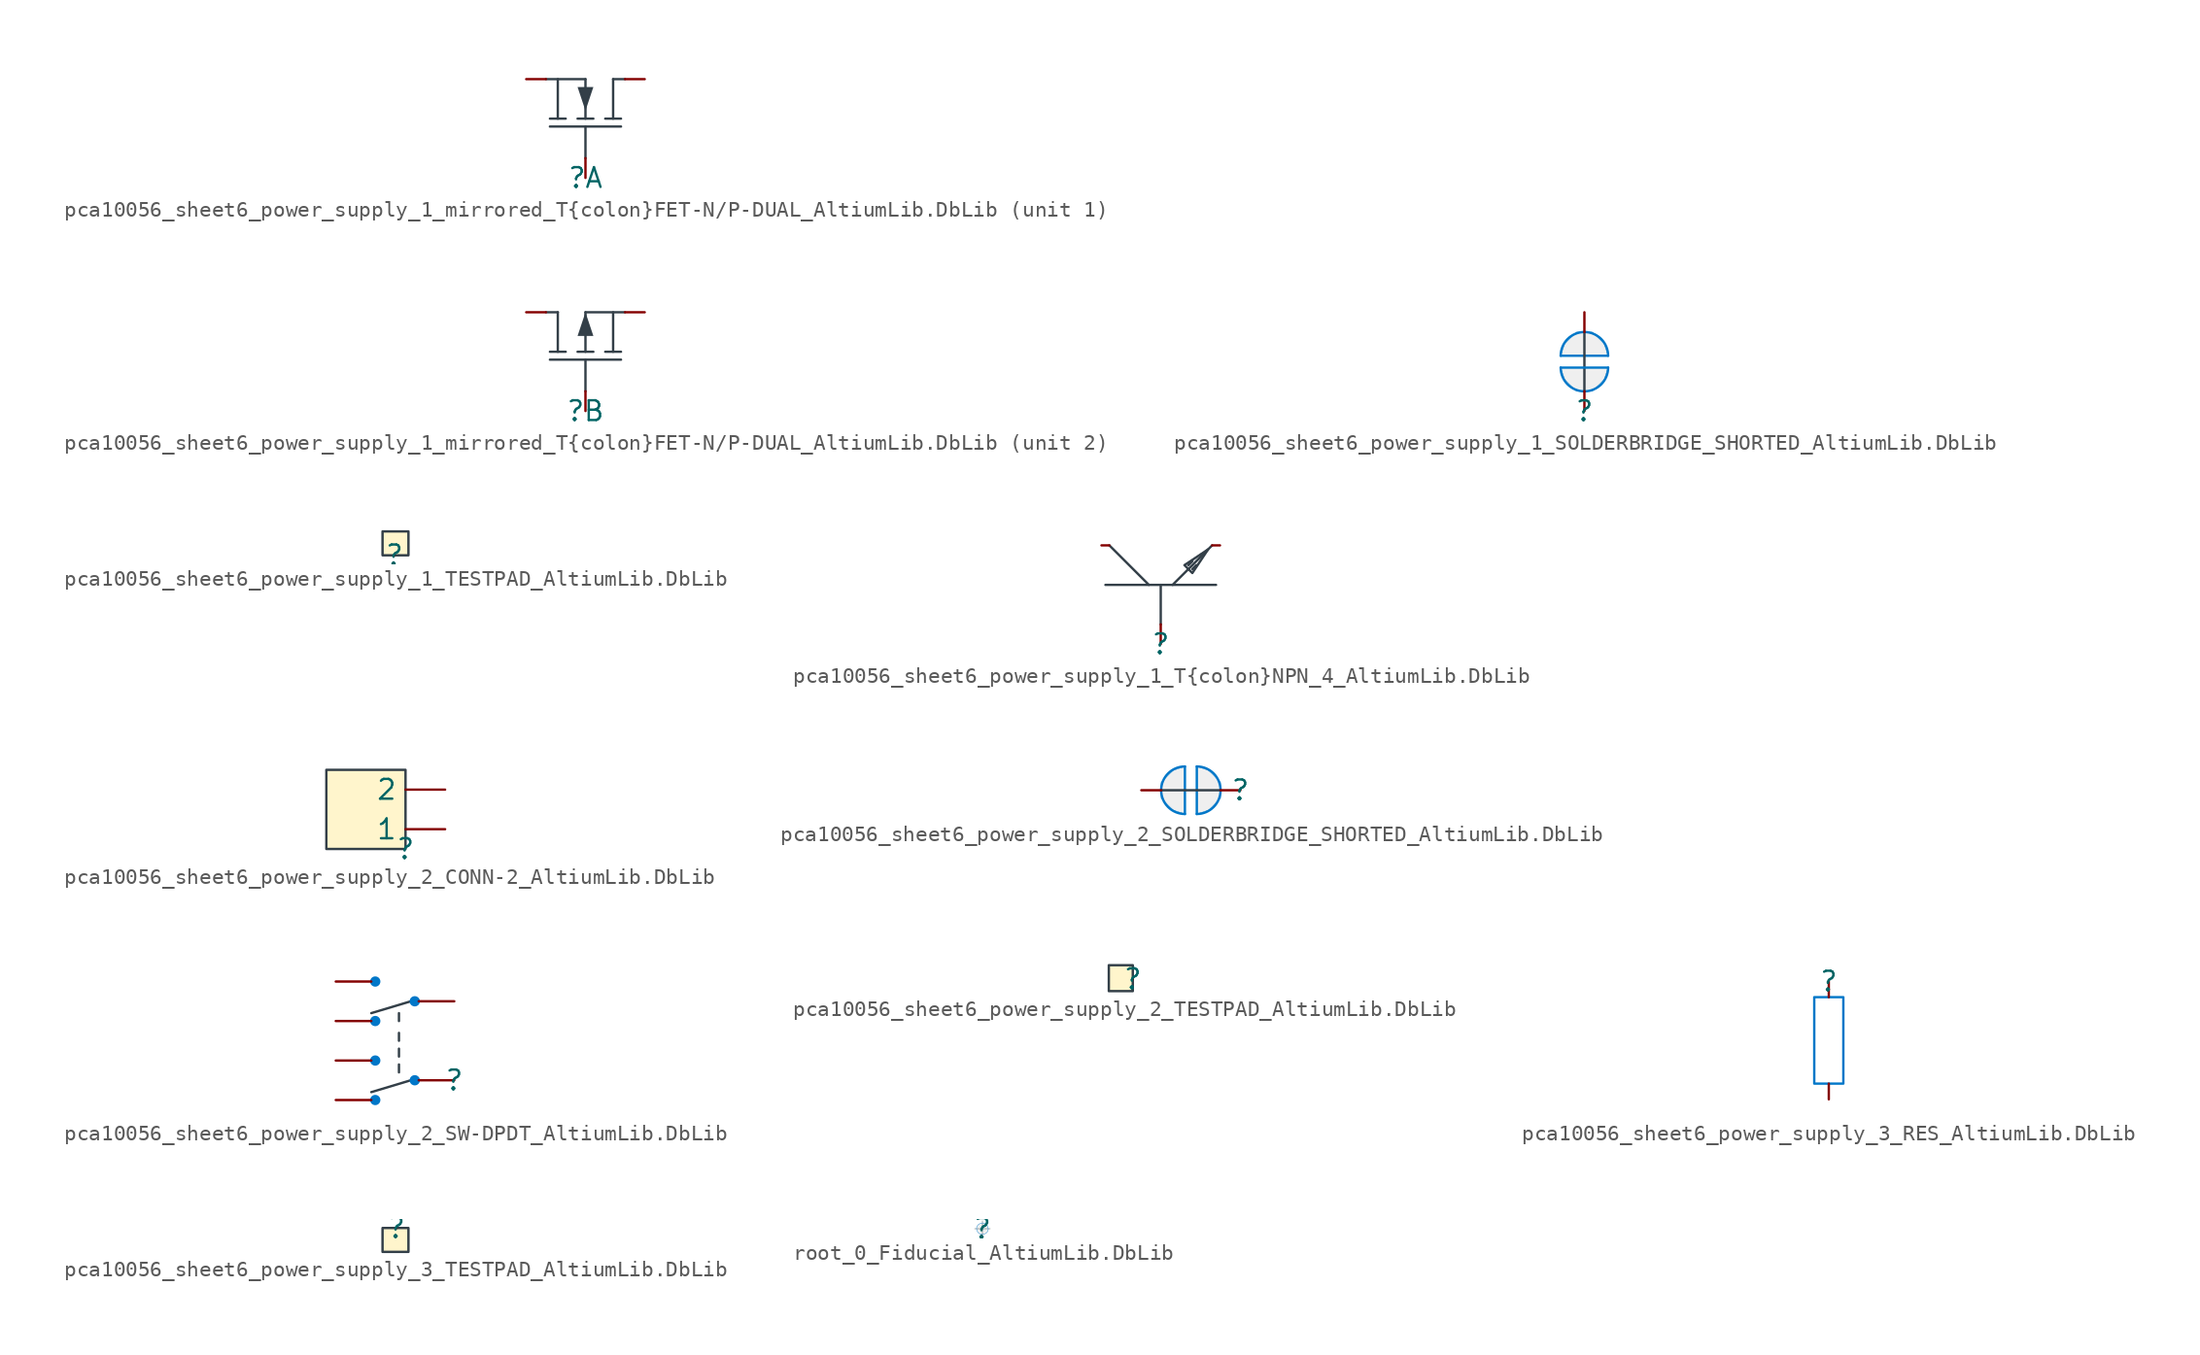
<source format=kicad_sym>
(kicad_symbol_lib
  (version 20241209)
  (generator "kicad_symbol_editor")
  (generator_version "9.0")
  (symbol "pca10056_sheet6_power_supply_1_mirrored_T{colon}FET-N/P-DUAL_AltiumLib.DbLib"
    (pin_numbers
      (hide yes))
    (pin_names
      (hide yes))
    (property "Reference" ""
      (at 0 0 0)
      (effects (font (size 1.27 1.27))))
    (property "Value" ""
      (at 0 0 0)
      (effects (font (size 1.27 1.27))))
    (symbol "pca10056_sheet6_power_supply_1_mirrored_T{colon}FET-N/P-DUAL_AltiumLib.DbLib_1_0"
      (polyline (pts (xy -2.286 3.81) (xy -1.27 3.81)) (stroke (width 0) (type solid) (color 51 63 72 1)) (fill (type none)))
      (polyline (pts (xy -1.778 6.35) (xy -1.778 3.81)) (stroke (width 0) (type solid) (color 51 63 72 1)) (fill (type none)))
      (polyline (pts (xy -0.508 3.81) (xy 0.508 3.81)) (stroke (width 0) (type solid) (color 51 63 72 1)) (fill (type none)))
      (polyline (pts (xy 0 6.35) (xy -2.54 6.35)) (stroke (width 0) (type solid) (color 51 63 72 1)) (fill (type none)))
      (polyline (pts (xy 0 6.35) (xy 0 3.81)) (stroke (width 0) (type solid) (color 51 63 72 1)) (fill (type none)))
      (polyline (pts (xy 0 4.318) (xy -0.508 5.842) (xy 0.508 5.842) (xy 0 4.318)) (stroke (width -0.0001) (type solid) (color 51 63 72 1)) (fill (type outline)))
      (polyline (pts (xy 0 1.27) (xy 0 3.302)) (stroke (width 0) (type solid) (color 51 63 72 1)) (fill (type none)))
      (polyline (pts (xy 1.27 3.81) (xy 2.286 3.81)) (stroke (width 0) (type solid) (color 51 63 72 1)) (fill (type none)))
      (polyline (pts (xy 1.778 6.35) (xy 1.778 3.81)) (stroke (width 0) (type solid) (color 51 63 72 1)) (fill (type none)))
      (polyline (pts (xy 1.778 6.35) (xy 2.54 6.35)) (stroke (width 0) (type solid) (color 51 63 72 1)) (fill (type none)))
      (polyline (pts (xy 2.286 3.302) (xy -2.286 3.302)) (stroke (width 0) (type solid) (color 51 63 72 1)) (fill (type none)))
      (pin passive line (at -3.81 6.35 0) (length 1.27) (name "S1" (effects (font (size 1.27 1.27)))) (number "1" (effects (font (size 1.27 1.27)))))
      (pin passive line (at 0 0 90) (length 1.27) (name "G1" (effects (font (size 1.27 1.27)))) (number "2" (effects (font (size 1.27 1.27)))))
      (pin passive line (at 3.81 6.35 180) (length 1.27) (name "D1" (effects (font (size 1.27 1.27)))) (number "6" (effects (font (size 1.27 1.27))))))
    (symbol "pca10056_sheet6_power_supply_1_mirrored_T{colon}FET-N/P-DUAL_AltiumLib.DbLib_2_0"
      (polyline (pts (xy -2.286 3.81) (xy -1.27 3.81)) (stroke (width 0) (type solid) (color 51 63 72 1)) (fill (type none)))
      (polyline (pts (xy -1.778 6.35) (xy -2.54 6.35)) (stroke (width 0) (type solid) (color 51 63 72 1)) (fill (type none)))
      (polyline (pts (xy -1.778 6.35) (xy -1.778 3.81)) (stroke (width 0) (type solid) (color 51 63 72 1)) (fill (type none)))
      (polyline (pts (xy -0.508 3.81) (xy 0.508 3.81)) (stroke (width 0) (type solid) (color 51 63 72 1)) (fill (type none)))
      (polyline (pts (xy 0 6.35) (xy 0 3.81)) (stroke (width 0) (type solid) (color 51 63 72 1)) (fill (type none)))
      (polyline (pts (xy 0 6.35) (xy 0.508 4.826) (xy -0.508 4.826) (xy 0 6.35)) (stroke (width -0.0001) (type solid) (color 51 63 72 1)) (fill (type outline)))
      (polyline (pts (xy 0 1.27) (xy 0 3.302)) (stroke (width 0) (type solid) (color 51 63 72 1)) (fill (type none)))
      (polyline (pts (xy 1.27 3.81) (xy 2.286 3.81)) (stroke (width 0) (type solid) (color 51 63 72 1)) (fill (type none)))
      (polyline (pts (xy 1.778 6.35) (xy 1.778 3.81)) (stroke (width 0) (type solid) (color 51 63 72 1)) (fill (type none)))
      (polyline (pts (xy 2.286 3.302) (xy -2.286 3.302)) (stroke (width 0) (type solid) (color 51 63 72 1)) (fill (type none)))
      (polyline (pts (xy 2.54 6.35) (xy 0 6.35)) (stroke (width 0) (type solid) (color 51 63 72 1)) (fill (type none)))
      (pin passive line (at -3.81 6.35 0) (length 1.27) (name "D2" (effects (font (size 1.27 1.27)))) (number "3" (effects (font (size 1.27 1.27)))))
      (pin passive line (at 0 0 90) (length 1.27) (name "G2" (effects (font (size 1.27 1.27)))) (number "5" (effects (font (size 1.27 1.27)))))
      (pin passive line (at 3.81 6.35 180) (length 1.27) (name "S2" (effects (font (size 1.27 1.27)))) (number "4" (effects (font (size 1.27 1.27)))))))
  (symbol "pca10056_sheet6_power_supply_1_SOLDERBRIDGE_SHORTED_AltiumLib.DbLib"
    (pin_numbers
      (hide yes))
    (pin_names
      (hide yes))
    (property "Reference" ""
      (at 0 0 0)
      (effects (font (size 1.27 1.27))))
    (property "Value" ""
      (at 0 0 0)
      (effects (font (size 1.27 1.27))))
    (symbol "pca10056_sheet6_power_supply_1_SOLDERBRIDGE_SHORTED_AltiumLib.DbLib_1_0"
      (polyline (pts (xy -1.524 3.556) (xy 1.524 3.556)) (stroke (width 0) (type solid) (color 0 119 200 1)) (fill (type none)))
      (polyline (pts (xy -1.524 3.556) (xy -1.27 4.318) (xy -0.508 5.08) (xy 0.508 5.08) (xy 1.27 4.318) (xy 1.524 3.556) (xy -1.524 3.556)) (stroke (width 0.025) (type solid) (color 0 119 200 1)) (fill (type color) (color 239 239 239 1)))
      (arc (start -1.524 3.556) (mid 0 5.08) (end 1.524 3.556) (stroke (width 0) (type solid) (color 0 119 200 1)) (fill (type none)))
      (arc (start 1.524 2.794) (mid 0 1.27) (end -1.524 2.794) (stroke (width 0) (type solid) (color 0 119 200 1)) (fill (type none)))
      (polyline (pts (xy 0 1.27) (xy 0 5.08)) (stroke (width 0) (type solid) (color 51 63 72 1)) (fill (type none)))
      (polyline (pts (xy 1.524 2.794) (xy -1.524 2.794)) (stroke (width 0) (type solid) (color 0 119 200 1)) (fill (type none)))
      (polyline (pts (xy 1.524 2.794) (xy 1.27 2.032) (xy 0.508 1.27) (xy -0.508 1.27) (xy -1.27 2.032) (xy -1.524 2.794) (xy 1.524 2.794)) (stroke (width 0.025) (type solid) (color 0 119 200 1)) (fill (type color) (color 239 239 239 1)))
      (pin passive line (at 0 6.35 270) (length 1.27) (name "0" (effects (font (size 1.27 1.27)))) (number "1" (effects (font (size 1.27 1.27)))))
      (pin passive line (at 0 0 90) (length 1.27) (name "1" (effects (font (size 1.27 1.27)))) (number "2" (effects (font (size 1.27 1.27)))))))
  (symbol "pca10056_sheet6_power_supply_1_TESTPAD_AltiumLib.DbLib"
    (pin_numbers
      (hide yes))
    (pin_names
      (hide yes))
    (property "Reference" ""
      (at 0 0 0)
      (effects (font (size 1.27 1.27))))
    (property "Value" ""
      (at 0 0 0)
      (effects (font (size 1.27 1.27))))
    (symbol "pca10056_sheet6_power_supply_1_TESTPAD_AltiumLib.DbLib_1_0"
      (rectangle (start 0.889 1.524) (end -0.762 0) (stroke (width 0) (type solid) (color 51 63 72 1)) (fill (type color) (color 255 245 204 1)))
      (pin passive line (at 0 0 90) (length 0) (name "1" (effects (font (size 1.27 1.27)))) (number "1" (effects (font (size 1.27 1.27)))))))
  (symbol "pca10056_sheet6_power_supply_1_T{colon}NPN_4_AltiumLib.DbLib"
    (pin_numbers
      (hide yes))
    (pin_names
      (hide yes))
    (property "Reference" ""
      (at 0 0 0)
      (effects (font (size 1.27 1.27))))
    (property "Value" ""
      (at 0 0 0)
      (effects (font (size 1.27 1.27))))
    (symbol "pca10056_sheet6_power_supply_1_T{colon}NPN_4_AltiumLib.DbLib_1_0"
      (polyline (pts (xy -3.556 3.81) (xy 3.556 3.81)) (stroke (width 0) (type solid) (color 51 63 72 1)) (fill (type none)))
      (polyline (pts (xy -0.762 3.81) (xy -3.302 6.35)) (stroke (width 0) (type solid) (color 51 63 72 1)) (fill (type none)))
      (polyline (pts (xy 0 1.27) (xy 0 3.81)) (stroke (width 0) (type solid) (color 51 63 72 1)) (fill (type none)))
      (polyline (pts (xy 0.762 3.81) (xy 3.302 6.35)) (stroke (width 0) (type solid) (color 51 63 72 1)) (fill (type none)))
      (polyline (pts (xy 2.032 5.334) (xy 1.778 5.08)) (stroke (width 0) (type solid) (color 51 63 72 1)) (fill (type none)))
      (polyline (pts (xy 2.286 5.08) (xy 2.032 4.826)) (stroke (width 0) (type solid) (color 51 63 72 1)) (fill (type none)))
      (polyline (pts (xy 3.048 6.096) (xy 1.524 5.08) (xy 2.032 4.572) (xy 3.048 6.096)) (stroke (width 0) (type solid) (color 51 63 72 1)) (fill (type none)))
      (pin power_in line (at -3.81 6.35 0) (length 0.508) (name "C" (effects (font (size 1.27 1.27)))) (number "2" (effects (font (size 1.27 1.27)))))
      (pin passive line (at 0 0 90) (length 1.27) (name "B" (effects (font (size 1.27 1.27)))) (number "1" (effects (font (size 1.27 1.27)))))
      (pin power_in line (at 3.81 6.35 180) (length 0.508) (name "E" (effects (font (size 1.27 1.27)))) (number "3" (effects (font (size 1.27 1.27)))))))
  (symbol "pca10056_sheet6_power_supply_2_CONN-2_AltiumLib.DbLib"
    (pin_numbers
      (hide yes))
    (property "Reference" ""
      (at 0 0 0)
      (effects (font (size 1.27 1.27))))
    (property "Value" ""
      (at 0 0 0)
      (effects (font (size 1.27 1.27))))
    (symbol "pca10056_sheet6_power_supply_2_CONN-2_AltiumLib.DbLib_1_0"
      (rectangle (start 0 5.08) (end -5.08 0) (stroke (width 0) (type solid) (color 51 63 72 1)) (fill (type color) (color 255 245 204 1)))
      (pin passive line (at 2.54 3.81 180) (length 2.54) (name "2" (effects (font (size 1.27 1.27)))) (number "2" (effects (font (size 1.27 1.27)))))
      (pin passive line (at 2.54 1.27 180) (length 2.54) (name "1" (effects (font (size 1.27 1.27)))) (number "1" (effects (font (size 1.27 1.27)))))))
  (symbol "pca10056_sheet6_power_supply_2_SOLDERBRIDGE_SHORTED_AltiumLib.DbLib"
    (pin_numbers
      (hide yes))
    (pin_names
      (hide yes))
    (property "Reference" ""
      (at 0 0 0)
      (effects (font (size 1.27 1.27))))
    (property "Value" ""
      (at 0 0 0)
      (effects (font (size 1.27 1.27))))
    (symbol "pca10056_sheet6_power_supply_2_SOLDERBRIDGE_SHORTED_AltiumLib.DbLib_1_0"
      (arc (start -3.556 -1.524) (mid -5.08 0) (end -3.556 1.524) (stroke (width 0) (type solid) (color 0 119 200 1)) (fill (type none)))
      (polyline (pts (xy -3.556 -1.524) (xy -3.556 1.524)) (stroke (width 0) (type solid) (color 0 119 200 1)) (fill (type none)))
      (polyline (pts (xy -3.556 -1.524) (xy -4.318 -1.27) (xy -5.08 -0.508) (xy -5.08 0.508) (xy -4.318 1.27) (xy -3.556 1.524) (xy -3.556 -1.524)) (stroke (width 0.025) (type solid) (color 0 119 200 1)) (fill (type color) (color 239 239 239 1)))
      (polyline (pts (xy -2.794 1.524) (xy -2.794 -1.524)) (stroke (width 0) (type solid) (color 0 119 200 1)) (fill (type none)))
      (polyline (pts (xy -2.794 1.524) (xy -2.032 1.27) (xy -1.27 0.508) (xy -1.27 -0.508) (xy -2.032 -1.27) (xy -2.794 -1.524) (xy -2.794 1.524)) (stroke (width 0.025) (type solid) (color 0 119 200 1)) (fill (type color) (color 239 239 239 1)))
      (arc (start -2.794 1.524) (mid -1.27 0) (end -2.794 -1.524) (stroke (width 0) (type solid) (color 0 119 200 1)) (fill (type none)))
      (polyline (pts (xy -1.27 0) (xy -5.08 0)) (stroke (width 0) (type solid) (color 51 63 72 1)) (fill (type none)))
      (pin passive line (at -6.35 0 0) (length 1.27) (name "0" (effects (font (size 1.27 1.27)))) (number "1" (effects (font (size 1.27 1.27)))))
      (pin passive line (at 0 0 180) (length 1.27) (name "1" (effects (font (size 1.27 1.27)))) (number "2" (effects (font (size 1.27 1.27)))))))
  (symbol "pca10056_sheet6_power_supply_2_SW-DPDT_AltiumLib.DbLib"
    (pin_numbers
      (hide yes))
    (pin_names
      (hide yes))
    (property "Reference" ""
      (at 0 0 0)
      (effects (font (size 1.27 1.27))))
    (property "Value" ""
      (at 0 0 0)
      (effects (font (size 1.27 1.27))))
    (symbol "pca10056_sheet6_power_supply_2_SW-DPDT_AltiumLib.DbLib_1_0"
      (circle (center -5.08 6.35) (radius 0.254) (stroke (width 0) (type solid) (color 0 119 200 1)) (fill (type outline)))
      (circle (center -5.08 3.81) (radius 0.254) (stroke (width 0) (type solid) (color 0 119 200 1)) (fill (type outline)))
      (circle (center -5.08 1.27) (radius 0.254) (stroke (width 0) (type solid) (color 0 119 200 1)) (fill (type outline)))
      (circle (center -5.08 -1.27) (radius 0.254) (stroke (width 0) (type solid) (color 0 119 200 1)) (fill (type outline)))
      (polyline (pts (xy -3.556 3.81) (xy -3.556 4.318)) (stroke (width 0) (type solid) (color 51 63 72 1)) (fill (type none)))
      (polyline (pts (xy -3.556 2.54) (xy -3.556 3.048)) (stroke (width 0) (type solid) (color 51 63 72 1)) (fill (type none)))
      (polyline (pts (xy -3.556 1.524) (xy -3.556 2.032)) (stroke (width 0) (type solid) (color 51 63 72 1)) (fill (type none)))
      (polyline (pts (xy -3.556 0.508) (xy -3.556 1.016)) (stroke (width 0) (type solid) (color 51 63 72 1)) (fill (type none)))
      (polyline (pts (xy -2.794 5.08) (xy -5.334 4.318)) (stroke (width 0) (type solid) (color 51 63 72 1)) (fill (type none)))
      (polyline (pts (xy -2.794 0) (xy -5.334 -0.762)) (stroke (width 0) (type solid) (color 51 63 72 1)) (fill (type none)))
      (circle (center -2.54 5.08) (radius 0.254) (stroke (width 0) (type solid) (color 0 119 200 1)) (fill (type outline)))
      (circle (center -2.54 0) (radius 0.254) (stroke (width 0) (type solid) (color 0 119 200 1)) (fill (type outline)))
      (pin passive line (at -7.62 6.35 0) (length 2.286) (name "N.O-2" (effects (font (size 1.27 1.27)))) (number "4" (effects (font (size 1.27 1.27)))))
      (pin passive line (at -7.62 3.81 0) (length 2.286) (name "N.C-2" (effects (font (size 1.27 1.27)))) (number "6" (effects (font (size 1.27 1.27)))))
      (pin passive line (at -7.62 1.27 0) (length 2.286) (name "N.O-1" (effects (font (size 1.27 1.27)))) (number "1" (effects (font (size 1.27 1.27)))))
      (pin passive line (at -7.62 -1.27 0) (length 2.286) (name "N.C-1" (effects (font (size 1.27 1.27)))) (number "3" (effects (font (size 1.27 1.27)))))
      (pin passive line (at 0 5.08 180) (length 2.286) (name "COM-2" (effects (font (size 1.27 1.27)))) (number "5" (effects (font (size 1.27 1.27)))))
      (pin passive line (at 0 0 180) (length 2.286) (name "COM-1" (effects (font (size 1.27 1.27)))) (number "2" (effects (font (size 1.27 1.27)))))))
  (symbol "pca10056_sheet6_power_supply_2_TESTPAD_AltiumLib.DbLib"
    (pin_numbers
      (hide yes))
    (pin_names
      (hide yes))
    (property "Reference" ""
      (at 0 0 0)
      (effects (font (size 1.27 1.27))))
    (property "Value" ""
      (at 0 0 0)
      (effects (font (size 1.27 1.27))))
    (symbol "pca10056_sheet6_power_supply_2_TESTPAD_AltiumLib.DbLib_1_0"
      (rectangle (start 0 0.889) (end -1.524 -0.762) (stroke (width 0) (type solid) (color 51 63 72 1)) (fill (type color) (color 255 245 204 1)))
      (pin passive line (at 0 0 180) (length 0) (name "1" (effects (font (size 1.27 1.27)))) (number "1" (effects (font (size 1.27 1.27)))))))
  (symbol "pca10056_sheet6_power_supply_3_RES_AltiumLib.DbLib"
    (pin_numbers
      (hide yes))
    (pin_names
      (hide yes))
    (property "Reference" ""
      (at 0 0 0)
      (effects (font (size 1.27 1.27))))
    (property "Value" ""
      (at 0 0 0)
      (effects (font (size 1.27 1.27))))
    (symbol "pca10056_sheet6_power_supply_3_RES_AltiumLib.DbLib_1_0"
      (polyline (pts (xy 0.94 -6.604) (xy 0.94 -1.016) (xy -0.94 -1.016) (xy -0.94 -6.604) (xy 0.94 -6.604)) (stroke (width 0) (type solid) (color 0 119 200 1)) (fill (type none)))
      (pin passive line (at 0 0 270) (length 1.016) (name "1" (effects (font (size 1.27 1.27)))) (number "1" (effects (font (size 1.27 1.27)))))
      (pin passive line (at 0 -7.62 90) (length 1.016) (name "2" (effects (font (size 1.27 1.27)))) (number "2" (effects (font (size 1.27 1.27)))))))
  (symbol "pca10056_sheet6_power_supply_3_TESTPAD_AltiumLib.DbLib"
    (pin_numbers
      (hide yes))
    (pin_names
      (hide yes))
    (property "Reference" ""
      (at 0 0 0)
      (effects (font (size 1.27 1.27))))
    (property "Value" ""
      (at 0 0 0)
      (effects (font (size 1.27 1.27))))
    (symbol "pca10056_sheet6_power_supply_3_TESTPAD_AltiumLib.DbLib_1_0"
      (rectangle (start 0.762 0) (end -0.889 -1.524) (stroke (width 0) (type solid) (color 51 63 72 1)) (fill (type color) (color 255 245 204 1)))
      (pin passive line (at 0 0 270) (length 0) (name "1" (effects (font (size 1.27 1.27)))) (number "1" (effects (font (size 1.27 1.27)))))))
  (symbol "root_0_Fiducial_AltiumLib.DbLib"
    (pin_numbers
      (hide yes))
    (pin_names
      (hide yes))
    (property "Reference" ""
      (at 0 0 0)
      (effects (font (size 1.27 1.27))))
    (property "Value" ""
      (at 0 0 0)
      (effects (font (size 1.27 1.27))))
    (symbol "root_0_Fiducial_AltiumLib.DbLib_1_0"
      (polyline (pts (xy -0.508 0) (xy 0.508 0)) (stroke (width 0.025) (type solid) (color 51 63 72 1)) (fill (type none)))
      (bezier (pts (xy -0.378 0) (xy -0.378 -0.205) (xy -0.209 -0.372) (xy 0 -0.372)) (stroke (width 0.025) (type solid) (color 0 119 200 1)) (fill (type color) (color 239 239 239 1)))
      (polyline (pts (xy 0 0.508) (xy 0 -0.508)) (stroke (width 0.025) (type solid) (color 51 63 72 1)) (fill (type none)))
      (bezier (pts (xy 0 0.372) (xy -0.209 0.372) (xy -0.378 0.205) (xy -0.378 0)) (stroke (width 0.025) (type solid) (color 0 119 200 1)) (fill (type color) (color 239 239 239 1)))
      (bezier (pts (xy 0 -0.372) (xy 0.209 -0.372) (xy 0.378 -0.205) (xy 0.378 0)) (stroke (width 0.025) (type solid) (color 0 119 200 1)) (fill (type color) (color 239 239 239 1)))
      (polyline (pts (xy 0.378 0) (xy 0 0.372) (xy -0.378 0) (xy 0 -0.372) (xy 0.378 0)) (stroke (width -0.0001) (type default)) (fill (type color) (color 239 239 239 1)))
      (bezier (pts (xy 0.378 0) (xy 0.378 0.205) (xy 0.209 0.372) (xy 0 0.372)) (stroke (width 0.025) (type solid) (color 0 119 200 1)) (fill (type color) (color 239 239 239 1))))))
</source>
